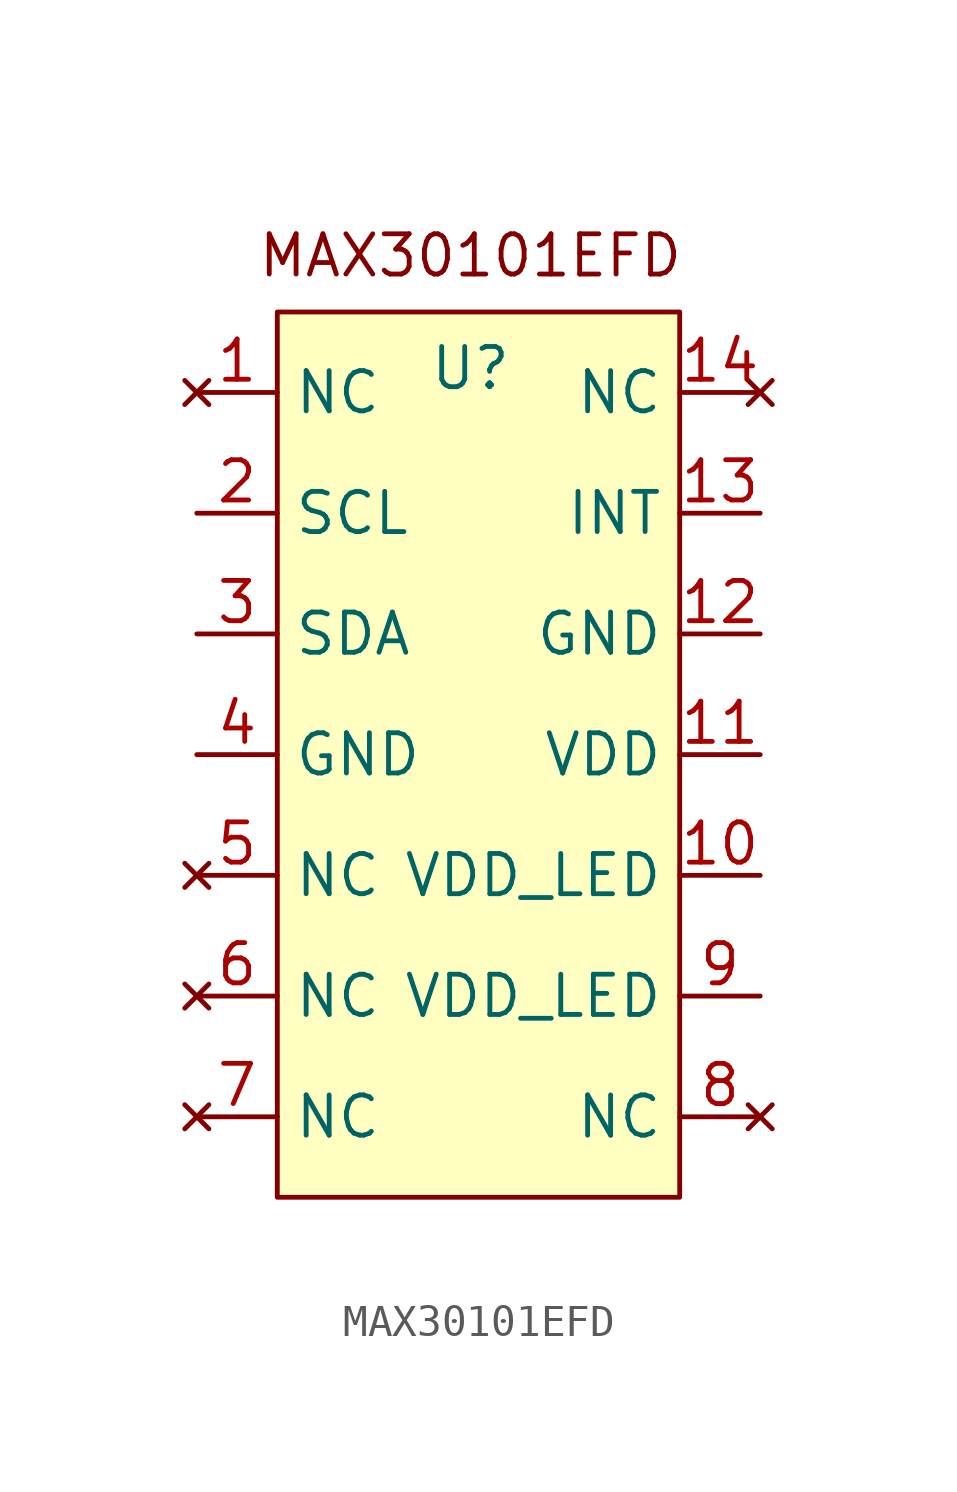
<source format=kicad_sym>
(kicad_symbol_lib
  (version 20231120)
  (generator "kicad_symbol_editor")
  (generator_version "8.0")
  (symbol "MAX30101EFD"
    (property "Reference" "U"
      (at -0.254 -1.778 0)
      (effects (font (size 1.27 1.27))))
    (property "Value" ""
      (at -2.54 0 0)
      (effects (font (size 1.27 1.27))))
    (symbol "MAX30101EFD_1_1"
      (rectangle (start -6.35 0) (end 6.35 -27.94) (stroke (width 0) (type default)) (fill (type background)))
      (text "MAX30101EFD\n" (at -0.254 1.778 0) (effects (font (size 1.27 1.27))))
      (pin no_connect line (at -8.89 -2.54 0) (length 2.54) (name "NC" (effects (font (size 1.27 1.27)))) (number "1" (effects (font (size 1.27 1.27)))))
      (pin power_in line (at 8.89 -17.78 180) (length 2.54) (name "VDD_LED" (effects (font (size 1.27 1.27)))) (number "10" (effects (font (size 1.27 1.27)))))
      (pin power_in line (at 8.89 -13.97 180) (length 2.54) (name "VDD" (effects (font (size 1.27 1.27)))) (number "11" (effects (font (size 1.27 1.27)))))
      (pin power_in line (at 8.89 -10.16 180) (length 2.54) (name "GND" (effects (font (size 1.27 1.27)))) (number "12" (effects (font (size 1.27 1.27)))))
      (pin output line (at 8.89 -6.35 180) (length 2.54) (name "INT" (effects (font (size 1.27 1.27)))) (number "13" (effects (font (size 1.27 1.27)))))
      (pin no_connect line (at 8.89 -2.54 180) (length 2.54) (name "NC" (effects (font (size 1.27 1.27)))) (number "14" (effects (font (size 1.27 1.27)))))
      (pin input line (at -8.89 -6.35 0) (length 2.54) (name "SCL" (effects (font (size 1.27 1.27)))) (number "2" (effects (font (size 1.27 1.27)))))
      (pin bidirectional line (at -8.89 -10.16 0) (length 2.54) (name "SDA" (effects (font (size 1.27 1.27)))) (number "3" (effects (font (size 1.27 1.27)))))
      (pin power_in line (at -8.89 -13.97 0) (length 2.54) (name "GND" (effects (font (size 1.27 1.27)))) (number "4" (effects (font (size 1.27 1.27)))))
      (pin no_connect line (at -8.89 -17.78 0) (length 2.54) (name "NC" (effects (font (size 1.27 1.27)))) (number "5" (effects (font (size 1.27 1.27)))))
      (pin no_connect line (at -8.89 -21.59 0) (length 2.54) (name "NC" (effects (font (size 1.27 1.27)))) (number "6" (effects (font (size 1.27 1.27)))))
      (pin no_connect line (at -8.89 -25.4 0) (length 2.54) (name "NC" (effects (font (size 1.27 1.27)))) (number "7" (effects (font (size 1.27 1.27)))))
      (pin no_connect line (at 8.89 -25.4 180) (length 2.54) (name "NC" (effects (font (size 1.27 1.27)))) (number "8" (effects (font (size 1.27 1.27)))))
      (pin power_in line (at 8.89 -21.59 180) (length 2.54) (name "VDD_LED" (effects (font (size 1.27 1.27)))) (number "9" (effects (font (size 1.27 1.27))))))))
</source>
